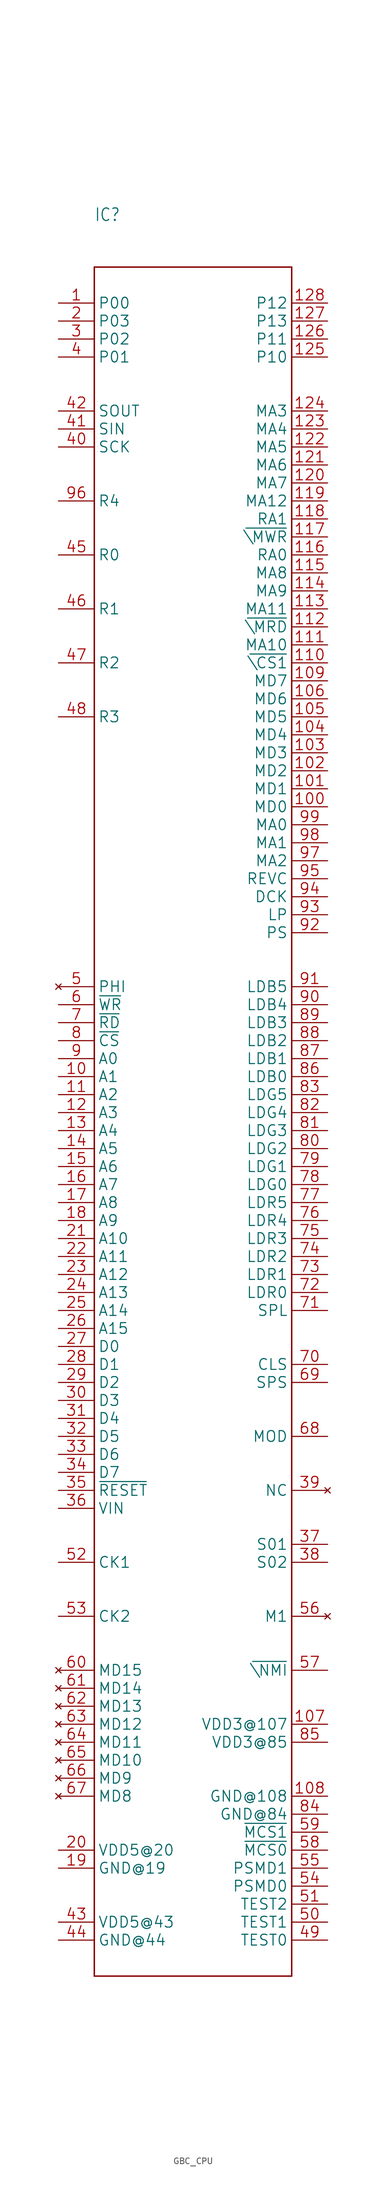
<source format=kicad_sym>
(kicad_symbol_lib
  (version 20241209)
  (generator "kicad_symbol_editor")
  (generator_version "9.0")
  (symbol "GBC_CPU"
    (property "Reference" "IC"
      (at -15.24 128.27 0)
      (effects (font (size 1.778 1.511)) (justify left bottom)))
    (property "Value" ""
      (at -15.24 124.46 0)
      (effects (font (size 1.778 1.511)) (justify left bottom)))
    (property "ki_locked" ""
      (at 0 0 0)
      (effects (font (size 1.27 1.27))))
    (symbol "GBC_CPU_1_0"
      (polyline (pts (xy -15.24 121.92) (xy -15.24 -119.38)) (stroke (width 0.203) (type solid)) (fill (type none)))
      (polyline (pts (xy -15.24 -119.38) (xy 12.7 -119.38)) (stroke (width 0.203) (type solid)) (fill (type none)))
      (polyline (pts (xy 12.7 121.92) (xy -15.24 121.92)) (stroke (width 0.203) (type solid)) (fill (type none)))
      (polyline (pts (xy 12.7 -119.38) (xy 12.7 121.92)) (stroke (width 0.203) (type solid)) (fill (type none)))
      (pin input line (at -20.32 116.84 0) (length 5.08) (name "P00" (effects (font (size 1.524 1.524)))) (number "1" (effects (font (size 1.524 1.524)))))
      (pin input line (at -20.32 114.3 0) (length 5.08) (name "P03" (effects (font (size 1.524 1.524)))) (number "2" (effects (font (size 1.524 1.524)))))
      (pin input line (at -20.32 111.76 0) (length 5.08) (name "P02" (effects (font (size 1.524 1.524)))) (number "3" (effects (font (size 1.524 1.524)))))
      (pin input line (at -20.32 109.22 0) (length 5.08) (name "P01" (effects (font (size 1.524 1.524)))) (number "4" (effects (font (size 1.524 1.524)))))
      (pin output line (at -20.32 101.6 0) (length 5.08) (name "SOUT" (effects (font (size 1.524 1.524)))) (number "42" (effects (font (size 1.524 1.524)))))
      (pin input line (at -20.32 99.06 0) (length 5.08) (name "SIN" (effects (font (size 1.524 1.524)))) (number "41" (effects (font (size 1.524 1.524)))))
      (pin output line (at -20.32 96.52 0) (length 5.08) (name "SCK" (effects (font (size 1.524 1.524)))) (number "40" (effects (font (size 1.524 1.524)))))
      (pin bidirectional line (at -20.32 88.9 0) (length 5.08) (name "R4" (effects (font (size 1.524 1.524)))) (number "96" (effects (font (size 1.524 1.524)))))
      (pin output line (at -20.32 81.28 0) (length 5.08) (name "R0" (effects (font (size 1.524 1.524)))) (number "45" (effects (font (size 1.524 1.524)))))
      (pin output line (at -20.32 73.66 0) (length 5.08) (name "R1" (effects (font (size 1.524 1.524)))) (number "46" (effects (font (size 1.524 1.524)))))
      (pin input line (at -20.32 66.04 0) (length 5.08) (name "R2" (effects (font (size 1.524 1.524)))) (number "47" (effects (font (size 1.524 1.524)))))
      (pin input line (at -20.32 58.42 0) (length 5.08) (name "R3" (effects (font (size 1.524 1.524)))) (number "48" (effects (font (size 1.524 1.524)))))
      (pin no_connect line (at -20.32 20.32 0) (length 5.08) (name "PHI" (effects (font (size 1.524 1.524)))) (number "5" (effects (font (size 1.524 1.524)))))
      (pin output line (at -20.32 17.78 0) (length 5.08) (name "~{WR}" (effects (font (size 1.524 1.524)))) (number "6" (effects (font (size 1.524 1.524)))))
      (pin output line (at -20.32 15.24 0) (length 5.08) (name "~{RD}" (effects (font (size 1.524 1.524)))) (number "7" (effects (font (size 1.524 1.524)))))
      (pin output line (at -20.32 12.7 0) (length 5.08) (name "~{CS}" (effects (font (size 1.524 1.524)))) (number "8" (effects (font (size 1.524 1.524)))))
      (pin output line (at -20.32 10.16 0) (length 5.08) (name "A0" (effects (font (size 1.524 1.524)))) (number "9" (effects (font (size 1.524 1.524)))))
      (pin output line (at -20.32 7.62 0) (length 5.08) (name "A1" (effects (font (size 1.524 1.524)))) (number "10" (effects (font (size 1.524 1.524)))))
      (pin output line (at -20.32 5.08 0) (length 5.08) (name "A2" (effects (font (size 1.524 1.524)))) (number "11" (effects (font (size 1.524 1.524)))))
      (pin output line (at -20.32 2.54 0) (length 5.08) (name "A3" (effects (font (size 1.524 1.524)))) (number "12" (effects (font (size 1.524 1.524)))))
      (pin output line (at -20.32 0 0) (length 5.08) (name "A4" (effects (font (size 1.524 1.524)))) (number "13" (effects (font (size 1.524 1.524)))))
      (pin output line (at -20.32 -2.54 0) (length 5.08) (name "A5" (effects (font (size 1.524 1.524)))) (number "14" (effects (font (size 1.524 1.524)))))
      (pin output line (at -20.32 -5.08 0) (length 5.08) (name "A6" (effects (font (size 1.524 1.524)))) (number "15" (effects (font (size 1.524 1.524)))))
      (pin output line (at -20.32 -7.62 0) (length 5.08) (name "A7" (effects (font (size 1.524 1.524)))) (number "16" (effects (font (size 1.524 1.524)))))
      (pin output line (at -20.32 -10.16 0) (length 5.08) (name "A8" (effects (font (size 1.524 1.524)))) (number "17" (effects (font (size 1.524 1.524)))))
      (pin output line (at -20.32 -12.7 0) (length 5.08) (name "A9" (effects (font (size 1.524 1.524)))) (number "18" (effects (font (size 1.524 1.524)))))
      (pin output line (at -20.32 -15.24 0) (length 5.08) (name "A10" (effects (font (size 1.524 1.524)))) (number "21" (effects (font (size 1.524 1.524)))))
      (pin output line (at -20.32 -17.78 0) (length 5.08) (name "A11" (effects (font (size 1.524 1.524)))) (number "22" (effects (font (size 1.524 1.524)))))
      (pin output line (at -20.32 -20.32 0) (length 5.08) (name "A12" (effects (font (size 1.524 1.524)))) (number "23" (effects (font (size 1.524 1.524)))))
      (pin output line (at -20.32 -22.86 0) (length 5.08) (name "A13" (effects (font (size 1.524 1.524)))) (number "24" (effects (font (size 1.524 1.524)))))
      (pin output line (at -20.32 -25.4 0) (length 5.08) (name "A14" (effects (font (size 1.524 1.524)))) (number "25" (effects (font (size 1.524 1.524)))))
      (pin output line (at -20.32 -27.94 0) (length 5.08) (name "A15" (effects (font (size 1.524 1.524)))) (number "26" (effects (font (size 1.524 1.524)))))
      (pin bidirectional line (at -20.32 -30.48 0) (length 5.08) (name "D0" (effects (font (size 1.524 1.524)))) (number "27" (effects (font (size 1.524 1.524)))))
      (pin bidirectional line (at -20.32 -33.02 0) (length 5.08) (name "D1" (effects (font (size 1.524 1.524)))) (number "28" (effects (font (size 1.524 1.524)))))
      (pin bidirectional line (at -20.32 -35.56 0) (length 5.08) (name "D2" (effects (font (size 1.524 1.524)))) (number "29" (effects (font (size 1.524 1.524)))))
      (pin bidirectional line (at -20.32 -38.1 0) (length 5.08) (name "D3" (effects (font (size 1.524 1.524)))) (number "30" (effects (font (size 1.524 1.524)))))
      (pin bidirectional line (at -20.32 -40.64 0) (length 5.08) (name "D4" (effects (font (size 1.524 1.524)))) (number "31" (effects (font (size 1.524 1.524)))))
      (pin bidirectional line (at -20.32 -43.18 0) (length 5.08) (name "D5" (effects (font (size 1.524 1.524)))) (number "32" (effects (font (size 1.524 1.524)))))
      (pin bidirectional line (at -20.32 -45.72 0) (length 5.08) (name "D6" (effects (font (size 1.524 1.524)))) (number "33" (effects (font (size 1.524 1.524)))))
      (pin bidirectional line (at -20.32 -48.26 0) (length 5.08) (name "D7" (effects (font (size 1.524 1.524)))) (number "34" (effects (font (size 1.524 1.524)))))
      (pin output line (at -20.32 -50.8 0) (length 5.08) (name "~{RESET}" (effects (font (size 1.524 1.524)))) (number "35" (effects (font (size 1.524 1.524)))))
      (pin output line (at -20.32 -53.34 0) (length 5.08) (name "VIN" (effects (font (size 1.524 1.524)))) (number "36" (effects (font (size 1.524 1.524)))))
      (pin bidirectional line (at -20.32 -60.96 0) (length 5.08) (name "CK1" (effects (font (size 1.524 1.524)))) (number "52" (effects (font (size 1.524 1.524)))))
      (pin bidirectional line (at -20.32 -68.58 0) (length 5.08) (name "CK2" (effects (font (size 1.524 1.524)))) (number "53" (effects (font (size 1.524 1.524)))))
      (pin no_connect line (at -20.32 -76.2 0) (length 5.08) (name "MD15" (effects (font (size 1.524 1.524)))) (number "60" (effects (font (size 1.524 1.524)))))
      (pin no_connect line (at -20.32 -78.74 0) (length 5.08) (name "MD14" (effects (font (size 1.524 1.524)))) (number "61" (effects (font (size 1.524 1.524)))))
      (pin no_connect line (at -20.32 -81.28 0) (length 5.08) (name "MD13" (effects (font (size 1.524 1.524)))) (number "62" (effects (font (size 1.524 1.524)))))
      (pin no_connect line (at -20.32 -83.82 0) (length 5.08) (name "MD12" (effects (font (size 1.524 1.524)))) (number "63" (effects (font (size 1.524 1.524)))))
      (pin no_connect line (at -20.32 -86.36 0) (length 5.08) (name "MD11" (effects (font (size 1.524 1.524)))) (number "64" (effects (font (size 1.524 1.524)))))
      (pin no_connect line (at -20.32 -88.9 0) (length 5.08) (name "MD10" (effects (font (size 1.524 1.524)))) (number "65" (effects (font (size 1.524 1.524)))))
      (pin no_connect line (at -20.32 -91.44 0) (length 5.08) (name "MD9" (effects (font (size 1.524 1.524)))) (number "66" (effects (font (size 1.524 1.524)))))
      (pin no_connect line (at -20.32 -93.98 0) (length 5.08) (name "MD8" (effects (font (size 1.524 1.524)))) (number "67" (effects (font (size 1.524 1.524)))))
      (pin power_in line (at -20.32 -101.6 0) (length 5.08) (name "VDD5@20" (effects (font (size 1.524 1.524)))) (number "20" (effects (font (size 1.524 1.524)))))
      (pin power_in line (at -20.32 -104.14 0) (length 5.08) (name "GND@19" (effects (font (size 1.524 1.524)))) (number "19" (effects (font (size 1.524 1.524)))))
      (pin power_in line (at -20.32 -111.76 0) (length 5.08) (name "VDD5@43" (effects (font (size 1.524 1.524)))) (number "43" (effects (font (size 1.524 1.524)))))
      (pin power_in line (at -20.32 -114.3 0) (length 5.08) (name "GND@44" (effects (font (size 1.524 1.524)))) (number "44" (effects (font (size 1.524 1.524)))))
      (pin input line (at 17.78 116.84 180) (length 5.08) (name "P12" (effects (font (size 1.524 1.524)))) (number "128" (effects (font (size 1.524 1.524)))))
      (pin input line (at 17.78 114.3 180) (length 5.08) (name "P13" (effects (font (size 1.524 1.524)))) (number "127" (effects (font (size 1.524 1.524)))))
      (pin input line (at 17.78 111.76 180) (length 5.08) (name "P11" (effects (font (size 1.524 1.524)))) (number "126" (effects (font (size 1.524 1.524)))))
      (pin input line (at 17.78 109.22 180) (length 5.08) (name "P10" (effects (font (size 1.524 1.524)))) (number "125" (effects (font (size 1.524 1.524)))))
      (pin bidirectional line (at 17.78 101.6 180) (length 5.08) (name "MA3" (effects (font (size 1.524 1.524)))) (number "124" (effects (font (size 1.524 1.524)))))
      (pin bidirectional line (at 17.78 99.06 180) (length 5.08) (name "MA4" (effects (font (size 1.524 1.524)))) (number "123" (effects (font (size 1.524 1.524)))))
      (pin bidirectional line (at 17.78 96.52 180) (length 5.08) (name "MA5" (effects (font (size 1.524 1.524)))) (number "122" (effects (font (size 1.524 1.524)))))
      (pin bidirectional line (at 17.78 93.98 180) (length 5.08) (name "MA6" (effects (font (size 1.524 1.524)))) (number "121" (effects (font (size 1.524 1.524)))))
      (pin bidirectional line (at 17.78 91.44 180) (length 5.08) (name "MA7" (effects (font (size 1.524 1.524)))) (number "120" (effects (font (size 1.524 1.524)))))
      (pin bidirectional line (at 17.78 88.9 180) (length 5.08) (name "MA12" (effects (font (size 1.524 1.524)))) (number "119" (effects (font (size 1.524 1.524)))))
      (pin bidirectional line (at 17.78 86.36 180) (length 5.08) (name "RA1" (effects (font (size 1.524 1.524)))) (number "118" (effects (font (size 1.524 1.524)))))
      (pin bidirectional line (at 17.78 83.82 180) (length 5.08) (name "~{\\MWR}" (effects (font (size 1.524 1.524)))) (number "117" (effects (font (size 1.524 1.524)))))
      (pin bidirectional line (at 17.78 81.28 180) (length 5.08) (name "RA0" (effects (font (size 1.524 1.524)))) (number "116" (effects (font (size 1.524 1.524)))))
      (pin bidirectional line (at 17.78 78.74 180) (length 5.08) (name "MA8" (effects (font (size 1.524 1.524)))) (number "115" (effects (font (size 1.524 1.524)))))
      (pin bidirectional line (at 17.78 76.2 180) (length 5.08) (name "MA9" (effects (font (size 1.524 1.524)))) (number "114" (effects (font (size 1.524 1.524)))))
      (pin bidirectional line (at 17.78 73.66 180) (length 5.08) (name "MA11" (effects (font (size 1.524 1.524)))) (number "113" (effects (font (size 1.524 1.524)))))
      (pin bidirectional line (at 17.78 71.12 180) (length 5.08) (name "~{\\MRD}" (effects (font (size 1.524 1.524)))) (number "112" (effects (font (size 1.524 1.524)))))
      (pin bidirectional line (at 17.78 68.58 180) (length 5.08) (name "MA10" (effects (font (size 1.524 1.524)))) (number "111" (effects (font (size 1.524 1.524)))))
      (pin bidirectional line (at 17.78 66.04 180) (length 5.08) (name "~{\\CS1}" (effects (font (size 1.524 1.524)))) (number "110" (effects (font (size 1.524 1.524)))))
      (pin bidirectional line (at 17.78 63.5 180) (length 5.08) (name "MD7" (effects (font (size 1.524 1.524)))) (number "109" (effects (font (size 1.524 1.524)))))
      (pin bidirectional line (at 17.78 60.96 180) (length 5.08) (name "MD6" (effects (font (size 1.524 1.524)))) (number "106" (effects (font (size 1.524 1.524)))))
      (pin bidirectional line (at 17.78 58.42 180) (length 5.08) (name "MD5" (effects (font (size 1.524 1.524)))) (number "105" (effects (font (size 1.524 1.524)))))
      (pin bidirectional line (at 17.78 55.88 180) (length 5.08) (name "MD4" (effects (font (size 1.524 1.524)))) (number "104" (effects (font (size 1.524 1.524)))))
      (pin bidirectional line (at 17.78 53.34 180) (length 5.08) (name "MD3" (effects (font (size 1.524 1.524)))) (number "103" (effects (font (size 1.524 1.524)))))
      (pin bidirectional line (at 17.78 50.8 180) (length 5.08) (name "MD2" (effects (font (size 1.524 1.524)))) (number "102" (effects (font (size 1.524 1.524)))))
      (pin bidirectional line (at 17.78 48.26 180) (length 5.08) (name "MD1" (effects (font (size 1.524 1.524)))) (number "101" (effects (font (size 1.524 1.524)))))
      (pin bidirectional line (at 17.78 45.72 180) (length 5.08) (name "MD0" (effects (font (size 1.524 1.524)))) (number "100" (effects (font (size 1.524 1.524)))))
      (pin bidirectional line (at 17.78 43.18 180) (length 5.08) (name "MA0" (effects (font (size 1.524 1.524)))) (number "99" (effects (font (size 1.524 1.524)))))
      (pin bidirectional line (at 17.78 40.64 180) (length 5.08) (name "MA1" (effects (font (size 1.524 1.524)))) (number "98" (effects (font (size 1.524 1.524)))))
      (pin bidirectional line (at 17.78 38.1 180) (length 5.08) (name "MA2" (effects (font (size 1.524 1.524)))) (number "97" (effects (font (size 1.524 1.524)))))
      (pin bidirectional line (at 17.78 35.56 180) (length 5.08) (name "REVC" (effects (font (size 1.524 1.524)))) (number "95" (effects (font (size 1.524 1.524)))))
      (pin bidirectional line (at 17.78 33.02 180) (length 5.08) (name "DCK" (effects (font (size 1.524 1.524)))) (number "94" (effects (font (size 1.524 1.524)))))
      (pin bidirectional line (at 17.78 30.48 180) (length 5.08) (name "LP" (effects (font (size 1.524 1.524)))) (number "93" (effects (font (size 1.524 1.524)))))
      (pin bidirectional line (at 17.78 27.94 180) (length 5.08) (name "PS" (effects (font (size 1.524 1.524)))) (number "92" (effects (font (size 1.524 1.524)))))
      (pin bidirectional line (at 17.78 20.32 180) (length 5.08) (name "LDB5" (effects (font (size 1.524 1.524)))) (number "91" (effects (font (size 1.524 1.524)))))
      (pin bidirectional line (at 17.78 17.78 180) (length 5.08) (name "LDB4" (effects (font (size 1.524 1.524)))) (number "90" (effects (font (size 1.524 1.524)))))
      (pin bidirectional line (at 17.78 15.24 180) (length 5.08) (name "LDB3" (effects (font (size 1.524 1.524)))) (number "89" (effects (font (size 1.524 1.524)))))
      (pin bidirectional line (at 17.78 12.7 180) (length 5.08) (name "LDB2" (effects (font (size 1.524 1.524)))) (number "88" (effects (font (size 1.524 1.524)))))
      (pin bidirectional line (at 17.78 10.16 180) (length 5.08) (name "LDB1" (effects (font (size 1.524 1.524)))) (number "87" (effects (font (size 1.524 1.524)))))
      (pin bidirectional line (at 17.78 7.62 180) (length 5.08) (name "LDB0" (effects (font (size 1.524 1.524)))) (number "86" (effects (font (size 1.524 1.524)))))
      (pin bidirectional line (at 17.78 5.08 180) (length 5.08) (name "LDG5" (effects (font (size 1.524 1.524)))) (number "83" (effects (font (size 1.524 1.524)))))
      (pin bidirectional line (at 17.78 2.54 180) (length 5.08) (name "LDG4" (effects (font (size 1.524 1.524)))) (number "82" (effects (font (size 1.524 1.524)))))
      (pin bidirectional line (at 17.78 0 180) (length 5.08) (name "LDG3" (effects (font (size 1.524 1.524)))) (number "81" (effects (font (size 1.524 1.524)))))
      (pin bidirectional line (at 17.78 -2.54 180) (length 5.08) (name "LDG2" (effects (font (size 1.524 1.524)))) (number "80" (effects (font (size 1.524 1.524)))))
      (pin bidirectional line (at 17.78 -5.08 180) (length 5.08) (name "LDG1" (effects (font (size 1.524 1.524)))) (number "79" (effects (font (size 1.524 1.524)))))
      (pin bidirectional line (at 17.78 -7.62 180) (length 5.08) (name "LDG0" (effects (font (size 1.524 1.524)))) (number "78" (effects (font (size 1.524 1.524)))))
      (pin bidirectional line (at 17.78 -10.16 180) (length 5.08) (name "LDR5" (effects (font (size 1.524 1.524)))) (number "77" (effects (font (size 1.524 1.524)))))
      (pin bidirectional line (at 17.78 -12.7 180) (length 5.08) (name "LDR4" (effects (font (size 1.524 1.524)))) (number "76" (effects (font (size 1.524 1.524)))))
      (pin bidirectional line (at 17.78 -15.24 180) (length 5.08) (name "LDR3" (effects (font (size 1.524 1.524)))) (number "75" (effects (font (size 1.524 1.524)))))
      (pin bidirectional line (at 17.78 -17.78 180) (length 5.08) (name "LDR2" (effects (font (size 1.524 1.524)))) (number "74" (effects (font (size 1.524 1.524)))))
      (pin bidirectional line (at 17.78 -20.32 180) (length 5.08) (name "LDR1" (effects (font (size 1.524 1.524)))) (number "73" (effects (font (size 1.524 1.524)))))
      (pin bidirectional line (at 17.78 -22.86 180) (length 5.08) (name "LDR0" (effects (font (size 1.524 1.524)))) (number "72" (effects (font (size 1.524 1.524)))))
      (pin bidirectional line (at 17.78 -25.4 180) (length 5.08) (name "SPL" (effects (font (size 1.524 1.524)))) (number "71" (effects (font (size 1.524 1.524)))))
      (pin bidirectional line (at 17.78 -33.02 180) (length 5.08) (name "CLS" (effects (font (size 1.524 1.524)))) (number "70" (effects (font (size 1.524 1.524)))))
      (pin bidirectional line (at 17.78 -35.56 180) (length 5.08) (name "SPS" (effects (font (size 1.524 1.524)))) (number "69" (effects (font (size 1.524 1.524)))))
      (pin bidirectional line (at 17.78 -43.18 180) (length 5.08) (name "MOD" (effects (font (size 1.524 1.524)))) (number "68" (effects (font (size 1.524 1.524)))))
      (pin no_connect line (at 17.78 -50.8 180) (length 5.08) (name "NC" (effects (font (size 1.524 1.524)))) (number "39" (effects (font (size 1.524 1.524)))))
      (pin output line (at 17.78 -58.42 180) (length 5.08) (name "S01" (effects (font (size 1.524 1.524)))) (number "37" (effects (font (size 1.524 1.524)))))
      (pin output line (at 17.78 -60.96 180) (length 5.08) (name "S02" (effects (font (size 1.524 1.524)))) (number "38" (effects (font (size 1.524 1.524)))))
      (pin no_connect line (at 17.78 -68.58 180) (length 5.08) (name "M1" (effects (font (size 1.524 1.524)))) (number "56" (effects (font (size 1.524 1.524)))))
      (pin input line (at 17.78 -76.2 180) (length 5.08) (name "~{\\NMI}" (effects (font (size 1.524 1.524)))) (number "57" (effects (font (size 1.524 1.524)))))
      (pin power_in line (at 17.78 -83.82 180) (length 5.08) (name "VDD3@107" (effects (font (size 1.524 1.524)))) (number "107" (effects (font (size 1.524 1.524)))))
      (pin power_in line (at 17.78 -86.36 180) (length 5.08) (name "VDD3@85" (effects (font (size 1.524 1.524)))) (number "85" (effects (font (size 1.524 1.524)))))
      (pin power_in line (at 17.78 -93.98 180) (length 5.08) (name "GND@108" (effects (font (size 1.524 1.524)))) (number "108" (effects (font (size 1.524 1.524)))))
      (pin power_in line (at 17.78 -96.52 180) (length 5.08) (name "GND@84" (effects (font (size 1.524 1.524)))) (number "84" (effects (font (size 1.524 1.524)))))
      (pin input line (at 17.78 -99.06 180) (length 5.08) (name "~{MCS1}" (effects (font (size 1.524 1.524)))) (number "59" (effects (font (size 1.524 1.524)))))
      (pin input line (at 17.78 -101.6 180) (length 5.08) (name "~{MCS0}" (effects (font (size 1.524 1.524)))) (number "58" (effects (font (size 1.524 1.524)))))
      (pin input line (at 17.78 -104.14 180) (length 5.08) (name "PSMD1" (effects (font (size 1.524 1.524)))) (number "55" (effects (font (size 1.524 1.524)))))
      (pin input line (at 17.78 -106.68 180) (length 5.08) (name "PSMD0" (effects (font (size 1.524 1.524)))) (number "54" (effects (font (size 1.524 1.524)))))
      (pin input line (at 17.78 -109.22 180) (length 5.08) (name "TEST2" (effects (font (size 1.524 1.524)))) (number "51" (effects (font (size 1.524 1.524)))))
      (pin input line (at 17.78 -111.76 180) (length 5.08) (name "TEST1" (effects (font (size 1.524 1.524)))) (number "50" (effects (font (size 1.524 1.524)))))
      (pin input line (at 17.78 -114.3 180) (length 5.08) (name "TEST0" (effects (font (size 1.524 1.524)))) (number "49" (effects (font (size 1.524 1.524))))))))
</source>
